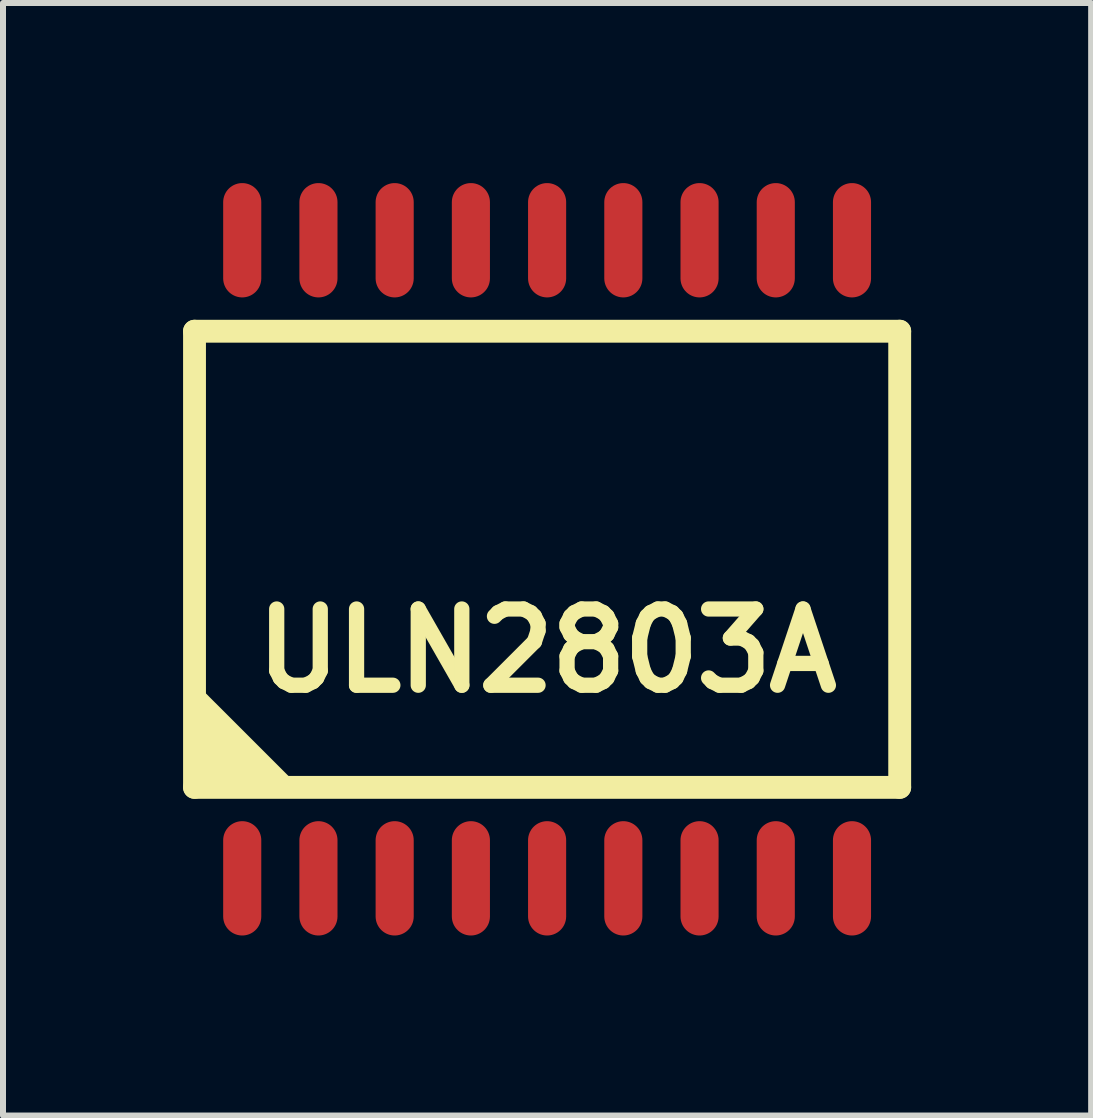
<source format=kicad_pcb>
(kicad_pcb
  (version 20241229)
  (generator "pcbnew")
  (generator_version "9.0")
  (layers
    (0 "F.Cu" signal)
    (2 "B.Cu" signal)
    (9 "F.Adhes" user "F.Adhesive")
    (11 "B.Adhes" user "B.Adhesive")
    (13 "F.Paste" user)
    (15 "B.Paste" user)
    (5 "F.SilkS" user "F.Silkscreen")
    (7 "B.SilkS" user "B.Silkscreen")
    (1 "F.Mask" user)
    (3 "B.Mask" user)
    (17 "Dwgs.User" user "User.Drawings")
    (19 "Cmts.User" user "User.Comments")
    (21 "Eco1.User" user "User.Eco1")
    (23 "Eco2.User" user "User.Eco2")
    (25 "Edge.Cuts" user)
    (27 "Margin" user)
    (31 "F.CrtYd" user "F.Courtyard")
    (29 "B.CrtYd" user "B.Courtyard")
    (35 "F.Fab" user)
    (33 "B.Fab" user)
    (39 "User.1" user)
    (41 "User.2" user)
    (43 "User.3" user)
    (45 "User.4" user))
  (footprint "ULN2803A"
    (layer "F.Cu")
    (at 6.066 6.269)
    (property "Reference" "ULN2803A" (at 0 1.524 0) (layer "F.SilkS") (effects (font (size 1.27 1.27) (thickness 0.254))))
    (attr smd)
    (fp_line (start -5.9 2.7) (end -4.801 3.8) (stroke (width 0.254) (type solid)) (layer "F.SilkS"))
    (fp_line (start -5.9 2.901) (end -5.001 3.8) (stroke (width 0.254) (type solid)) (layer "F.SilkS"))
    (fp_line (start -5.9 3.099) (end -5.199 3.8) (stroke (width 0.254) (type solid)) (layer "F.SilkS"))
    (fp_line (start -5.9 3.299) (end -5.4 3.8) (stroke (width 0.254) (type solid)) (layer "F.SilkS"))
    (fp_line (start -5.875 -3.8) (end -5.875 3.8) (stroke (width 0.381) (type solid)) (layer "F.SilkS"))
    (fp_line (start -5.875 3.8) (end 5.875 3.8) (stroke (width 0.381) (type solid)) (layer "F.SilkS"))
    (fp_line (start -5.799 2.301) (end -4.399 3.701) (stroke (width 0.254) (type solid)) (layer "F.SilkS"))
    (fp_line (start -5.799 2.601) (end -4.6 3.8) (stroke (width 0.254) (type solid)) (layer "F.SilkS"))
    (fp_line (start 5.875 -3.8) (end -5.875 -3.8) (stroke (width 0.381) (type solid)) (layer "F.SilkS"))
    (fp_line (start 5.875 3.8) (end 5.875 -3.8) (stroke (width 0.381) (type solid)) (layer "F.SilkS"))
    (pad "1" smd oval (at -5.08 5.316) (size 0.635 1.905) (layers "F.Cu" "F.Mask" "F.Paste"))
    (pad "2" smd oval (at -3.81 5.316) (size 0.635 1.905) (layers "F.Cu" "F.Mask" "F.Paste"))
    (pad "3" smd oval (at -2.54 5.316) (size 0.635 1.905) (layers "F.Cu" "F.Mask" "F.Paste"))
    (pad "4" smd oval (at -1.27 5.316) (size 0.635 1.905) (layers "F.Cu" "F.Mask" "F.Paste"))
    (pad "5" smd oval (at 0 5.316) (size 0.635 1.905) (layers "F.Cu" "F.Mask" "F.Paste"))
    (pad "6" smd oval (at 1.27 5.316) (size 0.635 1.905) (layers "F.Cu" "F.Mask" "F.Paste"))
    (pad "7" smd oval (at 2.54 5.316) (size 0.635 1.905) (layers "F.Cu" "F.Mask" "F.Paste"))
    (pad "8" smd oval (at 3.81 5.316) (size 0.635 1.905) (layers "F.Cu" "F.Mask" "F.Paste"))
    (pad "9" smd oval (at 5.08 5.316) (size 0.635 1.905) (layers "F.Cu" "F.Mask" "F.Paste"))
    (pad "10" smd oval (at 5.08 -5.316) (size 0.635 1.905) (layers "F.Cu" "F.Mask" "F.Paste"))
    (pad "11" smd oval (at 3.81 -5.316) (size 0.635 1.905) (layers "F.Cu" "F.Mask" "F.Paste"))
    (pad "12" smd oval (at 2.54 -5.316) (size 0.635 1.905) (layers "F.Cu" "F.Mask" "F.Paste"))
    (pad "13" smd oval (at 1.27 -5.316) (size 0.635 1.905) (layers "F.Cu" "F.Mask" "F.Paste"))
    (pad "14" smd oval (at 0 -5.316) (size 0.635 1.905) (layers "F.Cu" "F.Mask" "F.Paste"))
    (pad "15" smd oval (at -1.27 -5.316) (size 0.635 1.905) (layers "F.Cu" "F.Mask" "F.Paste"))
    (pad "16" smd oval (at -2.54 -5.316) (size 0.635 1.905) (layers "F.Cu" "F.Mask" "F.Paste"))
    (pad "17" smd oval (at -3.81 -5.316) (size 0.635 1.905) (layers "F.Cu" "F.Mask" "F.Paste"))
    (pad "18" smd oval (at -5.08 -5.316) (size 0.635 1.905) (layers "F.Cu" "F.Mask" "F.Paste")))
  (gr_rect
    (start -3 -3)
    (end 15.131 15.537)
    (stroke (width 0.1) (type default))
    (fill no)
    (layer "Edge.Cuts")))
</source>
